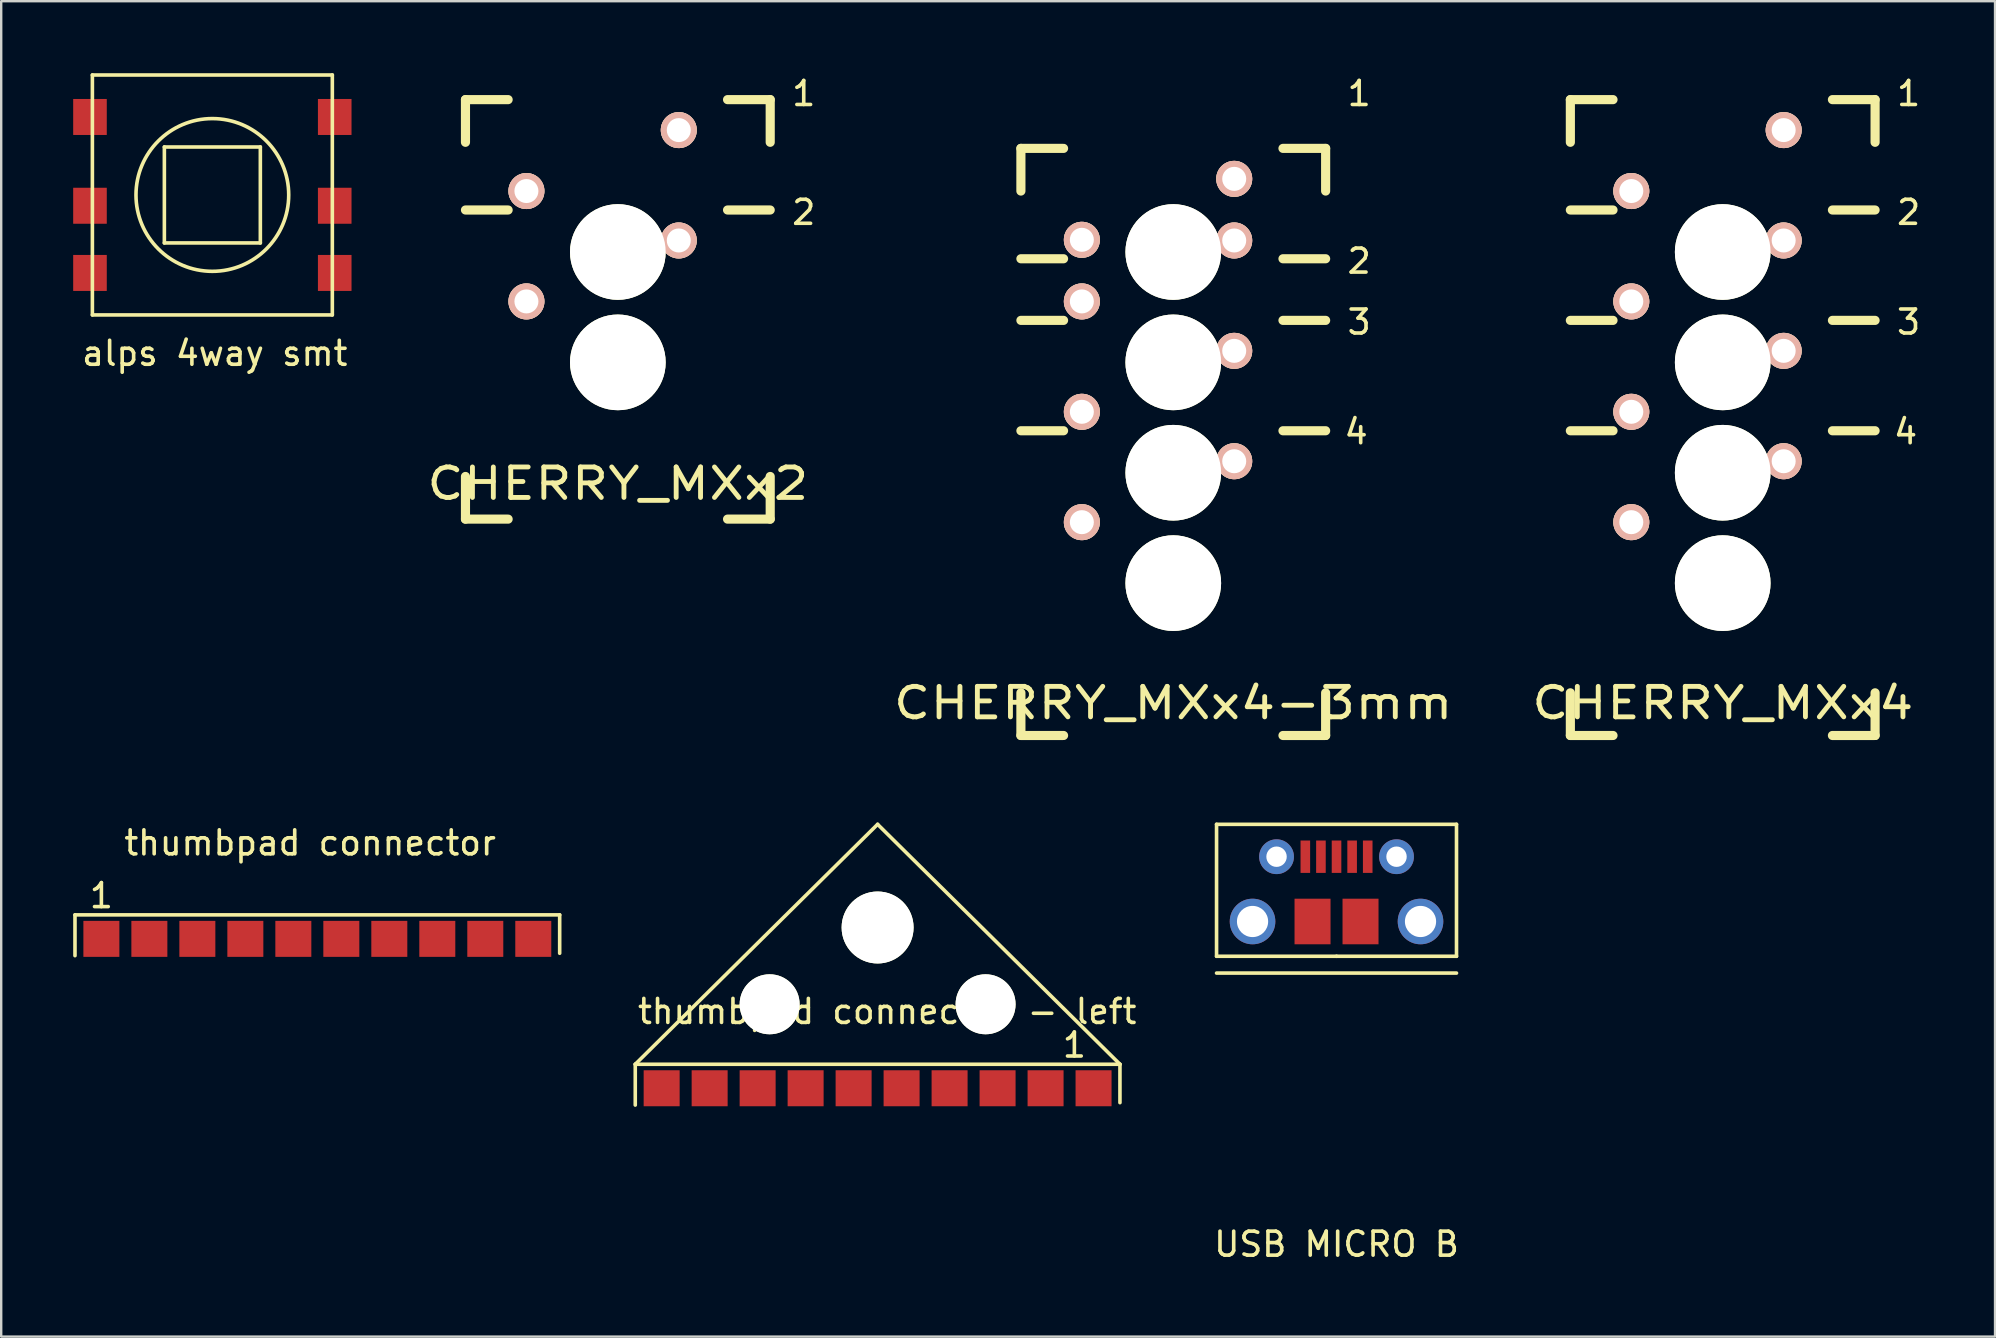
<source format=kicad_pcb>
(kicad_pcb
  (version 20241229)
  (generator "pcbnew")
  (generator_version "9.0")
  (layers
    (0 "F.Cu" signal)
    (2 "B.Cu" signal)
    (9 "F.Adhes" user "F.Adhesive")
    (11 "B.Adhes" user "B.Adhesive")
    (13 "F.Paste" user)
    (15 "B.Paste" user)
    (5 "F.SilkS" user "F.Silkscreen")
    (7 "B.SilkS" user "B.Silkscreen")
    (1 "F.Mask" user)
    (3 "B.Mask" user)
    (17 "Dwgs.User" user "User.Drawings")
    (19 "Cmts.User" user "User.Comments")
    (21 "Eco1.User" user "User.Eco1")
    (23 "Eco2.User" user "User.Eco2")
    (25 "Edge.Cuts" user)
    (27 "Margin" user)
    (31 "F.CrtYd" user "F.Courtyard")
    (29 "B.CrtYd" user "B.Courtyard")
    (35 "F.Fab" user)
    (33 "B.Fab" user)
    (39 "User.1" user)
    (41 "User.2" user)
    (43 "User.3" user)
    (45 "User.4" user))
  (footprint "thumbpad connector"
    (layer "F.Cu")
    (at 1.175 36.078)
    (property "Reference" "thumbpad connector" (at 8.7 -4 0) (layer "F.SilkS") (effects (font (size 1 1) (thickness 0.15))))
    (attr through_hole)
    (fp_line (start -1.1 -1) (end 19.1 -1) (stroke (width 0.15) (type solid)) (layer "F.SilkS"))
    (fp_line (start -1.1 0.7) (end -1.1 -1) (stroke (width 0.15) (type solid)) (layer "F.SilkS"))
    (fp_line (start 19.1 -1) (end 19.1 0.6) (stroke (width 0.15) (type solid)) (layer "F.SilkS"))
    (fp_text user "1" (at 0 -1.8 0) (layer "F.SilkS") (effects (font (size 1 1) (thickness 0.15))))
    (pad "1" smd rect (at 0 0) (size 1.5 1.5) (layers "F.Cu" "F.Mask" "F.Paste"))
    (pad "2" smd rect (at 2 0) (size 1.5 1.5) (layers "F.Cu" "F.Mask" "F.Paste"))
    (pad "3" smd rect (at 4 0) (size 1.5 1.5) (layers "F.Cu" "F.Mask" "F.Paste"))
    (pad "4" smd rect (at 6 0) (size 1.5 1.5) (layers "F.Cu" "F.Mask" "F.Paste"))
    (pad "5" smd rect (at 8 0) (size 1.5 1.5) (layers "F.Cu" "F.Mask" "F.Paste"))
    (pad "6" smd rect (at 10 0) (size 1.5 1.5) (layers "F.Cu" "F.Mask" "F.Paste"))
    (pad "7" smd rect (at 12 0) (size 1.5 1.5) (layers "F.Cu" "F.Mask" "F.Paste"))
    (pad "8" smd rect (at 14 0) (size 1.5 1.5) (layers "F.Cu" "F.Mask" "F.Paste"))
    (pad "9" smd rect (at 16 0) (size 1.5 1.5) (layers "F.Cu" "F.Mask" "F.Paste"))
    (pad "10" smd rect (at 18 0) (size 1.5 1.5) (layers "F.Cu" "F.Mask" "F.Paste")))
  (footprint "CHERRY_MXx4-3mm"
    (layer "F.Cu")
    (at 45.847 7.452)
    (property "Reference" "CHERRY_MXx4-3mm" (at 0 18.796 0) (layer "F.SilkS") (effects (font (size 1.27 1.524) (thickness 0.203))))
    (attr through_hole)
    (fp_line (start -6.35 -4.318) (end -4.572 -4.318) (stroke (width 0.381) (type solid)) (layer "F.SilkS"))
    (fp_line (start -6.35 -2.54) (end -6.35 -4.318) (stroke (width 0.381) (type solid)) (layer "F.SilkS"))
    (fp_line (start -6.35 0.282) (end -4.572 0.282) (stroke (width 0.381) (type solid)) (layer "F.SilkS"))
    (fp_line (start -6.35 2.85) (end -4.572 2.85) (stroke (width 0.381) (type solid)) (layer "F.SilkS"))
    (fp_line (start -6.35 7.45) (end -4.572 7.45) (stroke (width 0.381) (type solid)) (layer "F.SilkS"))
    (fp_line (start -6.35 20.15) (end -6.35 18.372) (stroke (width 0.381) (type solid)) (layer "F.SilkS"))
    (fp_line (start -4.572 20.15) (end -6.35 20.15) (stroke (width 0.381) (type solid)) (layer "F.SilkS"))
    (fp_line (start 4.572 -4.318) (end 6.35 -4.318) (stroke (width 0.381) (type solid)) (layer "F.SilkS"))
    (fp_line (start 4.572 0.282) (end 6.35 0.282) (stroke (width 0.381) (type solid)) (layer "F.SilkS"))
    (fp_line (start 4.572 2.85) (end 6.35 2.85) (stroke (width 0.381) (type solid)) (layer "F.SilkS"))
    (fp_line (start 4.572 7.45) (end 6.35 7.45) (stroke (width 0.381) (type solid)) (layer "F.SilkS"))
    (fp_line (start 6.35 -4.318) (end 6.35 -2.54) (stroke (width 0.381) (type solid)) (layer "F.SilkS"))
    (fp_line (start 6.35 18.372) (end 6.35 20.15) (stroke (width 0.381) (type solid)) (layer "F.SilkS"))
    (fp_line (start 6.35 20.15) (end 4.572 20.15) (stroke (width 0.381) (type solid)) (layer "F.SilkS"))
    (fp_line (start -6.985 -4.953) (end 6.985 -4.953) (stroke (width 0.152) (type solid)) (layer "Eco2.User"))
    (fp_line (start -6.985 20.701) (end -6.985 -6.985) (stroke (width 0.152) (type solid)) (layer "Eco2.User"))
    (fp_line (start -6.985 20.701) (end 6.985 20.701) (stroke (width 0.152) (type solid)) (layer "Eco2.User"))
    (fp_line (start 6.985 -6.985) (end 6.985 20.701) (stroke (width 0.152) (type solid)) (layer "Eco2.User"))
    (fp_text user "3" (at 7.747 2.921 0) (layer "F.SilkS") (effects (font (size 1 1) (thickness 0.15))))
    (fp_text user "1" (at 7.747 -6.604 0) (layer "F.SilkS") (effects (font (size 1 1) (thickness 0.15))))
    (fp_text user "2" (at 7.747 0.381 0) (layer "F.SilkS") (effects (font (size 1 1) (thickness 0.15))))
    (fp_text user "4" (at 7.62 7.493 0) (layer "F.SilkS") (effects (font (size 1 1) (thickness 0.15))))
    (pad "" np_thru_hole circle (at 0 0) (size 3.988 3.988) (drill 3.988) (layers "*.Cu" "*.Mask" "F.SilkS"))
    (pad "" np_thru_hole circle (at 0 4.6) (size 3.988 3.988) (drill 3.988) (layers "*.Cu" "*.Mask" "F.SilkS"))
    (pad "" np_thru_hole circle (at 0 9.2) (size 3.988 3.988) (drill 3.988) (layers "*.Cu" "*.Mask" "F.SilkS"))
    (pad "" np_thru_hole circle (at 0 13.8) (size 3.988 3.988) (drill 3.988) (layers "*.Cu" "*.Mask" "F.SilkS"))
    (pad "1" thru_hole circle (at 2.54 -3.048) (size 1.5 1.5) (drill 1) (layers "*.Cu" "*.SilkS" "*.Mask"))
    (pad "1" thru_hole circle (at 2.54 -0.48) (size 1.5 1.5) (drill 1) (layers "*.Cu" "*.SilkS" "*.Mask"))
    (pad "1" thru_hole circle (at 2.54 4.12) (size 1.5 1.5) (drill 1) (layers "*.Cu" "*.SilkS" "*.Mask"))
    (pad "1" thru_hole circle (at 2.54 8.72) (size 1.5 1.5) (drill 1) (layers "*.Cu" "*.SilkS" "*.Mask"))
    (pad "2" thru_hole circle (at -3.81 -0.508) (size 1.5 1.5) (drill 1) (layers "*.Cu" "*.SilkS" "*.Mask"))
    (pad "2" thru_hole circle (at -3.81 2.06) (size 1.5 1.5) (drill 1) (layers "*.Cu" "*.SilkS" "*.Mask"))
    (pad "2" thru_hole circle (at -3.81 6.66) (size 1.5 1.5) (drill 1) (layers "*.Cu" "*.SilkS" "*.Mask"))
    (pad "2" thru_hole circle (at -3.81 11.26) (size 1.5 1.5) (drill 1) (layers "*.Cu" "*.SilkS" "*.Mask")))
  (footprint "thumbpad connector - left"
    (layer "F.Cu")
    (at 24.525 42.304)
    (property "Reference" "thumbpad connector - left" (at 9.4 -3.2 0) (layer "F.SilkS") (effects (font (size 1 1) (thickness 0.15))))
    (attr through_hole)
    (fp_line (start -1.1 -1) (end 19.1 -1) (stroke (width 0.15) (type solid)) (layer "F.SilkS"))
    (fp_line (start -1.1 0.7) (end -1.1 -1) (stroke (width 0.15) (type solid)) (layer "F.SilkS"))
    (fp_line (start 9 -11) (end -1.1 -1) (stroke (width 0.15) (type solid)) (layer "F.SilkS"))
    (fp_line (start 19.1 -1) (end 9 -11) (stroke (width 0.15) (type solid)) (layer "F.SilkS"))
    (fp_line (start 19.1 -1) (end 19.1 0.6) (stroke (width 0.15) (type solid)) (layer "F.SilkS"))
    (fp_text user "1" (at 17.2 -1.8 0) (layer "F.SilkS") (effects (font (size 1 1) (thickness 0.15))))
    (pad "" np_thru_hole circle (at 4.5 -3.5) (size 2.5 2.5) (drill 2.5) (layers "*.Cu" "*.Mask" "F.SilkS"))
    (pad "" np_thru_hole circle (at 9 -6.7) (size 3 3) (drill 3) (layers "*.Cu" "*.Mask" "F.SilkS"))
    (pad "" np_thru_hole circle (at 13.5 -3.5) (size 2.5 2.5) (drill 2.5) (layers "*.Cu" "*.Mask" "F.SilkS"))
    (pad "1" smd rect (at 18 0) (size 1.5 1.5) (layers "F.Cu" "F.Mask" "F.Paste"))
    (pad "2" smd rect (at 16 0) (size 1.5 1.5) (layers "F.Cu" "F.Mask" "F.Paste"))
    (pad "3" smd rect (at 14 0) (size 1.5 1.5) (layers "F.Cu" "F.Mask" "F.Paste"))
    (pad "4" smd rect (at 12 0) (size 1.5 1.5) (layers "F.Cu" "F.Mask" "F.Paste"))
    (pad "5" smd rect (at 10 0) (size 1.5 1.5) (layers "F.Cu" "F.Mask" "F.Paste"))
    (pad "6" smd rect (at 8 0) (size 1.5 1.5) (layers "F.Cu" "F.Mask" "F.Paste"))
    (pad "7" smd rect (at 6 0) (size 1.5 1.5) (layers "F.Cu" "F.Mask" "F.Paste"))
    (pad "8" smd rect (at 4 0) (size 1.5 1.5) (layers "F.Cu" "F.Mask" "F.Paste"))
    (pad "9" smd rect (at 2 0) (size 1.5 1.5) (layers "F.Cu" "F.Mask" "F.Paste"))
    (pad "10" smd rect (at 0 0) (size 1.5 1.5) (layers "F.Cu" "F.Mask" "F.Paste")))
  (footprint "USB MICRO B"
    (layer "F.Cu")
    (at 52.651 36.804)
    (property "Reference" "USB MICRO B" (at 0 12 0) (layer "F.SilkS") (effects (font (size 1 1) (thickness 0.15))))
    (attr through_hole)
    (fp_line (start -5 -5.5) (end 5 -5.5) (stroke (width 0.15) (type solid)) (layer "F.SilkS"))
    (fp_line (start -5 0) (end -5 -5.5) (stroke (width 0.15) (type solid)) (layer "F.SilkS"))
    (fp_line (start -5 0.7) (end 5 0.7) (stroke (width 0.15) (type solid)) (layer "F.SilkS"))
    (fp_line (start 0 0) (end -5 0) (stroke (width 0.15) (type solid)) (layer "F.SilkS"))
    (fp_line (start 5 -5.5) (end 5 0) (stroke (width 0.15) (type solid)) (layer "F.SilkS"))
    (fp_line (start 5 0) (end 0 0) (stroke (width 0.15) (type solid)) (layer "F.SilkS"))
    (pad "1" smd rect (at -1.3 -4.15) (size 0.4 1.35) (layers "F.Cu" "F.Mask" "F.Paste"))
    (pad "2" smd rect (at -0.65 -4.15) (size 0.4 1.35) (layers "F.Cu" "F.Mask" "F.Paste"))
    (pad "3" smd rect (at 0 -4.15) (size 0.4 1.35) (layers "F.Cu" "F.Mask" "F.Paste"))
    (pad "4" smd rect (at 0.65 -4.15) (size 0.4 1.35) (layers "F.Cu" "F.Mask" "F.Paste"))
    (pad "5" smd rect (at 1.3 -4.15) (size 0.4 1.35) (layers "F.Cu" "F.Mask" "F.Paste"))
    (pad "6" thru_hole circle (at -3.5 -1.45) (size 1.9 1.9) (drill 1.3) (layers "*.Cu" "*.Mask"))
    (pad "6" thru_hole circle (at -2.5 -4.15) (size 1.45 1.45) (drill 0.85) (layers "*.Cu" "*.Mask"))
    (pad "6" smd rect (at -1 -1.45) (size 1.5 1.9) (layers "F.Cu" "F.Mask" "F.Paste"))
    (pad "6" smd rect (at 1 -1.45) (size 1.5 1.9) (layers "F.Cu" "F.Mask" "F.Paste"))
    (pad "6" thru_hole circle (at 2.5 -4.15) (size 1.45 1.45) (drill 0.85) (layers "*.Cu" "*.Mask"))
    (pad "6" thru_hole circle (at 3.5 -1.45) (size 1.9 1.9) (drill 1.3) (layers "*.Cu" "*.Mask")))
  (footprint "alps 4way smt"
    (layer "F.Cu")
    (at 5.8 5.075)
    (property "Reference" "alps 4way smt" (at 0.1 6.6 0) (layer "F.SilkS") (effects (font (size 1 1) (thickness 0.15))))
    (attr through_hole)
    (fp_line (start -5 -5) (end 5 -5) (stroke (width 0.15) (type solid)) (layer "F.SilkS"))
    (fp_line (start -5 5) (end -5 -5) (stroke (width 0.15) (type solid)) (layer "F.SilkS"))
    (fp_line (start -2 -2) (end 2 -2) (stroke (width 0.15) (type solid)) (layer "F.SilkS"))
    (fp_line (start -2 2) (end -2 -2) (stroke (width 0.15) (type solid)) (layer "F.SilkS"))
    (fp_line (start 2 -2) (end 2 2) (stroke (width 0.15) (type solid)) (layer "F.SilkS"))
    (fp_line (start 2 2) (end -2 2) (stroke (width 0.15) (type solid)) (layer "F.SilkS"))
    (fp_line (start 5 -5) (end 5 5) (stroke (width 0.15) (type solid)) (layer "F.SilkS"))
    (fp_line (start 5 5) (end -5 5) (stroke (width 0.15) (type solid)) (layer "F.SilkS"))
    (fp_circle (center 0 0) (end 2.3 2.2) (stroke (width 0.15) (type solid)) (fill no) (layer "F.SilkS"))
    (pad "1" smd rect (at -5.1 -3.25) (size 1.4 1.5) (layers "F.Cu" "F.Mask" "F.Paste"))
    (pad "2" smd rect (at -5.1 0.45) (size 1.4 1.5) (layers "F.Cu" "F.Mask" "F.Paste"))
    (pad "3" smd rect (at -5.1 3.25) (size 1.4 1.5) (layers "F.Cu" "F.Mask" "F.Paste"))
    (pad "4" smd rect (at 5.1 3.25) (size 1.4 1.5) (layers "F.Cu" "F.Mask" "F.Paste"))
    (pad "5" smd rect (at 5.1 0.45) (size 1.4 1.5) (layers "F.Cu" "F.Mask" "F.Paste"))
    (pad "6" smd rect (at 5.1 -3.25) (size 1.4 1.5) (layers "F.Cu" "F.Mask" "F.Paste")))
  (footprint "CHERRY_MXx4"
    (layer "F.Cu")
    (at 68.746 7.452)
    (property "Reference" "CHERRY_MXx4" (at 0 18.796 0) (layer "F.SilkS") (effects (font (size 1.27 1.524) (thickness 0.203))))
    (attr through_hole)
    (fp_line (start -6.35 -6.35) (end -4.572 -6.35) (stroke (width 0.381) (type solid)) (layer "F.SilkS"))
    (fp_line (start -6.35 -4.572) (end -6.35 -6.35) (stroke (width 0.381) (type solid)) (layer "F.SilkS"))
    (fp_line (start -6.35 -1.75) (end -4.572 -1.75) (stroke (width 0.381) (type solid)) (layer "F.SilkS"))
    (fp_line (start -6.35 2.85) (end -4.572 2.85) (stroke (width 0.381) (type solid)) (layer "F.SilkS"))
    (fp_line (start -6.35 7.45) (end -4.572 7.45) (stroke (width 0.381) (type solid)) (layer "F.SilkS"))
    (fp_line (start -6.35 20.15) (end -6.35 18.372) (stroke (width 0.381) (type solid)) (layer "F.SilkS"))
    (fp_line (start -4.572 20.15) (end -6.35 20.15) (stroke (width 0.381) (type solid)) (layer "F.SilkS"))
    (fp_line (start 4.572 -6.35) (end 6.35 -6.35) (stroke (width 0.381) (type solid)) (layer "F.SilkS"))
    (fp_line (start 4.572 -1.75) (end 6.35 -1.75) (stroke (width 0.381) (type solid)) (layer "F.SilkS"))
    (fp_line (start 4.572 2.85) (end 6.35 2.85) (stroke (width 0.381) (type solid)) (layer "F.SilkS"))
    (fp_line (start 4.572 7.45) (end 6.35 7.45) (stroke (width 0.381) (type solid)) (layer "F.SilkS"))
    (fp_line (start 6.35 -6.35) (end 6.35 -4.572) (stroke (width 0.381) (type solid)) (layer "F.SilkS"))
    (fp_line (start 6.35 18.372) (end 6.35 20.15) (stroke (width 0.381) (type solid)) (layer "F.SilkS"))
    (fp_line (start 6.35 20.15) (end 4.572 20.15) (stroke (width 0.381) (type solid)) (layer "F.SilkS"))
    (fp_line (start -6.985 -6.985) (end 6.985 -6.985) (stroke (width 0.152) (type solid)) (layer "Eco2.User"))
    (fp_line (start -6.985 20.701) (end -6.985 -6.985) (stroke (width 0.152) (type solid)) (layer "Eco2.User"))
    (fp_line (start -6.985 20.701) (end 6.985 20.701) (stroke (width 0.152) (type solid)) (layer "Eco2.User"))
    (fp_line (start 6.985 -6.985) (end 6.985 20.701) (stroke (width 0.152) (type solid)) (layer "Eco2.User"))
    (fp_text user "3" (at 7.747 2.921 0) (layer "F.SilkS") (effects (font (size 1 1) (thickness 0.15))))
    (fp_text user "4" (at 7.62 7.493 0) (layer "F.SilkS") (effects (font (size 1 1) (thickness 0.15))))
    (fp_text user "2" (at 7.747 -1.651 0) (layer "F.SilkS") (effects (font (size 1 1) (thickness 0.15))))
    (fp_text user "1" (at 7.747 -6.604 0) (layer "F.SilkS") (effects (font (size 1 1) (thickness 0.15))))
    (pad "" np_thru_hole circle (at 0 0) (size 3.988 3.988) (drill 3.988) (layers "*.Cu" "*.Mask" "F.SilkS"))
    (pad "" np_thru_hole circle (at 0 4.6) (size 3.988 3.988) (drill 3.988) (layers "*.Cu" "*.Mask" "F.SilkS"))
    (pad "" np_thru_hole circle (at 0 9.2) (size 3.988 3.988) (drill 3.988) (layers "*.Cu" "*.Mask" "F.SilkS"))
    (pad "" np_thru_hole circle (at 0 13.8) (size 3.988 3.988) (drill 3.988) (layers "*.Cu" "*.Mask" "F.SilkS"))
    (pad "1" thru_hole circle (at 2.54 -5.08) (size 1.5 1.5) (drill 1) (layers "*.Cu" "*.SilkS" "*.Mask"))
    (pad "1" thru_hole circle (at 2.54 -0.48) (size 1.5 1.5) (drill 1) (layers "*.Cu" "*.SilkS" "*.Mask"))
    (pad "1" thru_hole circle (at 2.54 4.12) (size 1.5 1.5) (drill 1) (layers "*.Cu" "*.SilkS" "*.Mask"))
    (pad "1" thru_hole circle (at 2.54 8.72) (size 1.5 1.5) (drill 1) (layers "*.Cu" "*.SilkS" "*.Mask"))
    (pad "2" thru_hole circle (at -3.81 -2.54) (size 1.5 1.5) (drill 1) (layers "*.Cu" "*.SilkS" "*.Mask"))
    (pad "2" thru_hole circle (at -3.81 2.06) (size 1.5 1.5) (drill 1) (layers "*.Cu" "*.SilkS" "*.Mask"))
    (pad "2" thru_hole circle (at -3.81 6.66) (size 1.5 1.5) (drill 1) (layers "*.Cu" "*.SilkS" "*.Mask"))
    (pad "2" thru_hole circle (at -3.81 11.26) (size 1.5 1.5) (drill 1) (layers "*.Cu" "*.SilkS" "*.Mask")))
  (footprint "CHERRY_MXx2"
    (layer "F.Cu")
    (at 22.699 7.452)
    (property "Reference" "CHERRY_MXx2" (at 0 9.652 0) (layer "F.SilkS") (effects (font (size 1.27 1.524) (thickness 0.203))))
    (attr through_hole)
    (fp_line (start -6.35 -6.35) (end -4.572 -6.35) (stroke (width 0.381) (type solid)) (layer "F.SilkS"))
    (fp_line (start -6.35 -4.572) (end -6.35 -6.35) (stroke (width 0.381) (type solid)) (layer "F.SilkS"))
    (fp_line (start -6.35 -1.75) (end -4.572 -1.75) (stroke (width 0.381) (type solid)) (layer "F.SilkS"))
    (fp_line (start -6.35 11.133) (end -6.35 9.355) (stroke (width 0.381) (type solid)) (layer "F.SilkS"))
    (fp_line (start -4.572 11.133) (end -6.35 11.133) (stroke (width 0.381) (type solid)) (layer "F.SilkS"))
    (fp_line (start 4.572 -6.35) (end 6.35 -6.35) (stroke (width 0.381) (type solid)) (layer "F.SilkS"))
    (fp_line (start 4.572 -1.75) (end 6.35 -1.75) (stroke (width 0.381) (type solid)) (layer "F.SilkS"))
    (fp_line (start 6.35 -6.35) (end 6.35 -4.572) (stroke (width 0.381) (type solid)) (layer "F.SilkS"))
    (fp_line (start 6.35 9.355) (end 6.35 11.133) (stroke (width 0.381) (type solid)) (layer "F.SilkS"))
    (fp_line (start 6.35 11.133) (end 4.572 11.133) (stroke (width 0.381) (type solid)) (layer "F.SilkS"))
    (fp_line (start -6.985 -6.985) (end 6.985 -6.985) (stroke (width 0.152) (type solid)) (layer "Eco2.User"))
    (fp_line (start -6.985 11.684) (end -6.985 -6.985) (stroke (width 0.152) (type solid)) (layer "Eco2.User"))
    (fp_line (start -6.985 11.684) (end 6.985 11.684) (stroke (width 0.152) (type solid)) (layer "Eco2.User"))
    (fp_line (start 6.985 -6.985) (end 6.985 11.684) (stroke (width 0.152) (type solid)) (layer "Eco2.User"))
    (fp_text user "2" (at 7.747 -1.651 0) (layer "F.SilkS") (effects (font (size 1 1) (thickness 0.15))))
    (fp_text user "1" (at 7.747 -6.604 0) (layer "F.SilkS") (effects (font (size 1 1) (thickness 0.15))))
    (pad "" np_thru_hole circle (at 0 0) (size 3.988 3.988) (drill 3.988) (layers "*.Cu" "*.Mask" "F.SilkS"))
    (pad "" np_thru_hole circle (at 0 4.6) (size 3.988 3.988) (drill 3.988) (layers "*.Cu" "*.Mask" "F.SilkS"))
    (pad "1" thru_hole circle (at 2.54 -5.08) (size 1.5 1.5) (drill 1) (layers "*.Cu" "*.SilkS" "*.Mask"))
    (pad "1" thru_hole circle (at 2.54 -0.48) (size 1.5 1.5) (drill 1) (layers "*.Cu" "*.SilkS" "*.Mask"))
    (pad "2" thru_hole circle (at -3.81 -2.54) (size 1.5 1.5) (drill 1) (layers "*.Cu" "*.SilkS" "*.Mask"))
    (pad "2" thru_hole circle (at -3.81 2.06) (size 1.5 1.5) (drill 1) (layers "*.Cu" "*.SilkS" "*.Mask")))
  (gr_rect
    (start -3 -3)
    (end 80.095 52.653)
    (stroke (width 0.1) (type default))
    (fill no)
    (layer "Edge.Cuts")))
</source>
